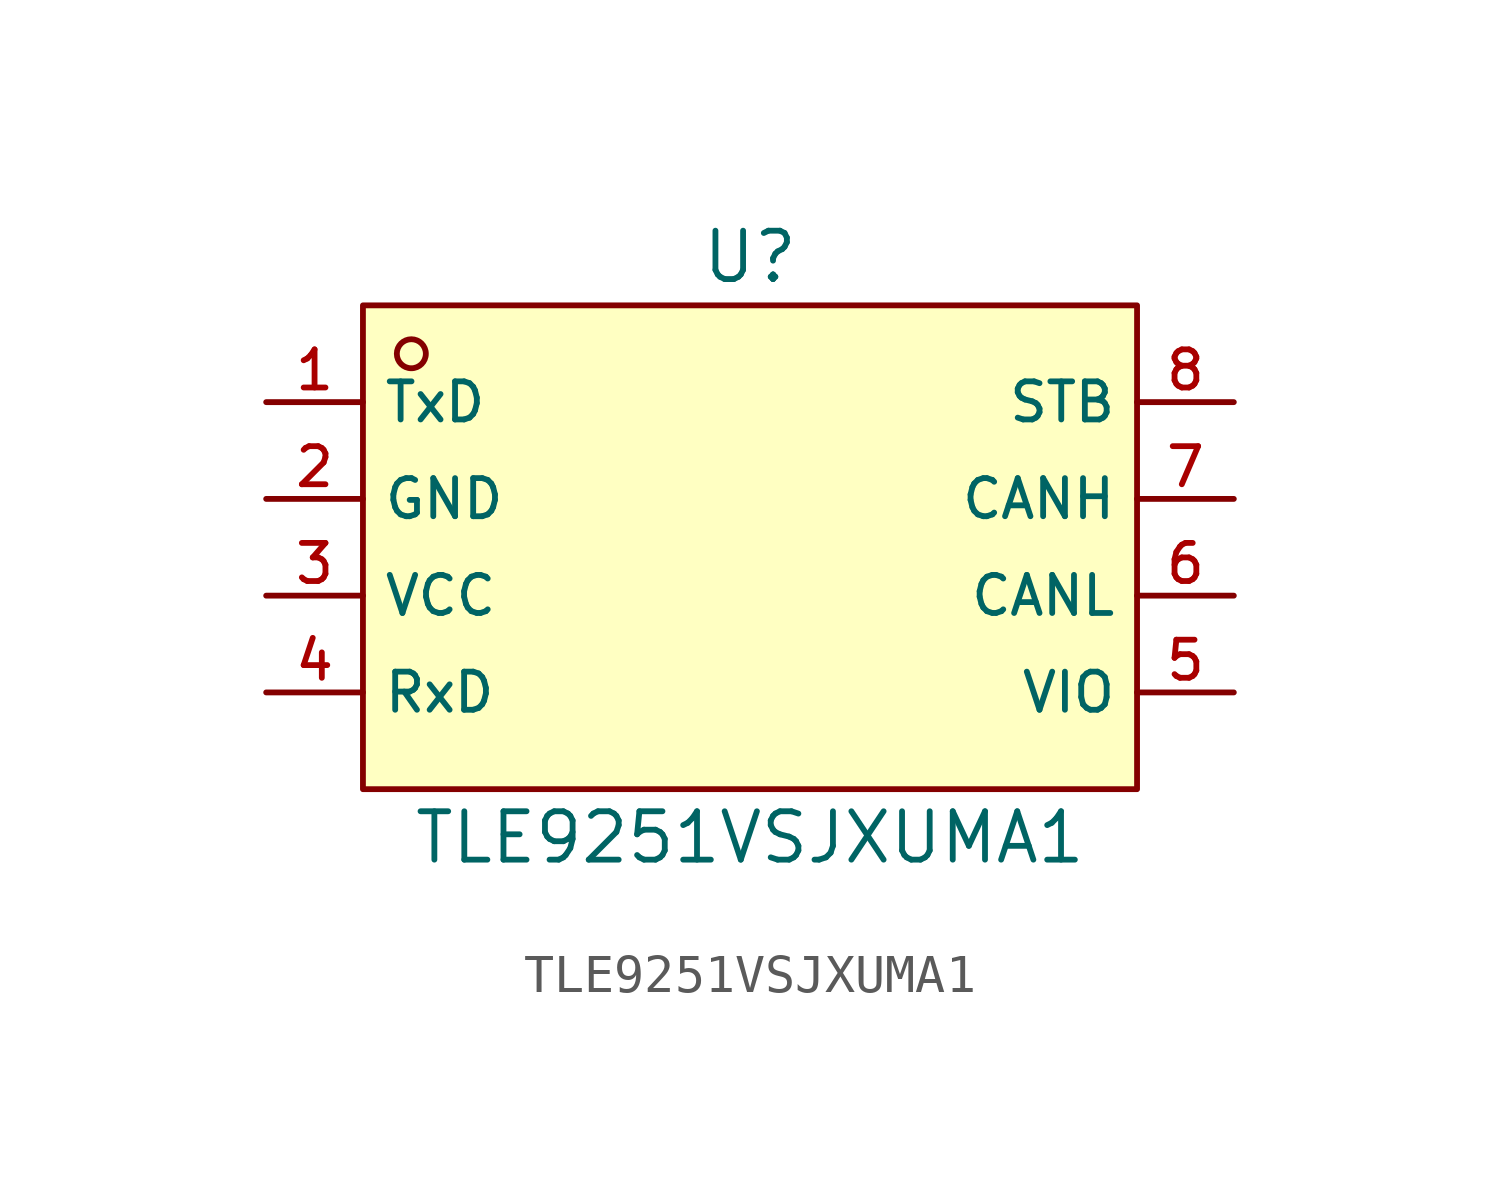
<source format=kicad_sym>
(kicad_symbol_lib
  (version 20220914)
  (generator kicad_symbol_editor)
  (symbol "TLE9251VSJXUMA1"
    (property "Reference" "U"
      (at 0 7.62 0)
      (effects (font (size 1.27 1.27))))
    (property "Value" "TLE9251VSJXUMA1"
      (at 0 -7.62 0)
      (effects (font (size 1.27 1.27))))
    (symbol "TLE9251VSJXUMA1_0_1"
      (rectangle (start -10.16 6.35) (end 10.16 -6.35) (stroke (width 0) (type default)) (fill (type background)))
      (circle (center -8.89 5.08) (radius 0.381) (stroke (width 0) (type default)) (fill (type background)))
      (pin bidirectional line (at -12.7 3.81 0) (length 2.54) (name "TxD" (effects (font (size 1 1)))) (number "1" (effects (font (size 1 1)))))
      (pin power_in line (at -12.7 1.27 0) (length 2.54) (name "GND" (effects (font (size 1 1)))) (number "2" (effects (font (size 1 1)))))
      (pin power_in line (at -12.7 -1.27 0) (length 2.54) (name "VCC" (effects (font (size 1 1)))) (number "3" (effects (font (size 1 1)))))
      (pin bidirectional line (at -12.7 -3.81 0) (length 2.54) (name "RxD" (effects (font (size 1 1)))) (number "4" (effects (font (size 1 1)))))
      (pin bidirectional line (at 12.7 -1.27 180) (length 2.54) (name "CANL" (effects (font (size 1 1)))) (number "6" (effects (font (size 1 1)))))
      (pin bidirectional line (at 12.7 1.27 180) (length 2.54) (name "CANH" (effects (font (size 1 1)))) (number "7" (effects (font (size 1 1)))))
      (pin bidirectional line (at 12.7 3.81 180) (length 2.54) (name "STB" (effects (font (size 1 1)))) (number "8" (effects (font (size 1 1))))))
    (symbol "TLE9251VSJXUMA1_1_1"
      (pin power_in line (at 12.7 -3.81 180) (length 2.54) (name "VIO" (effects (font (size 1 1)))) (number "5" (effects (font (size 1 1))))))))
</source>
